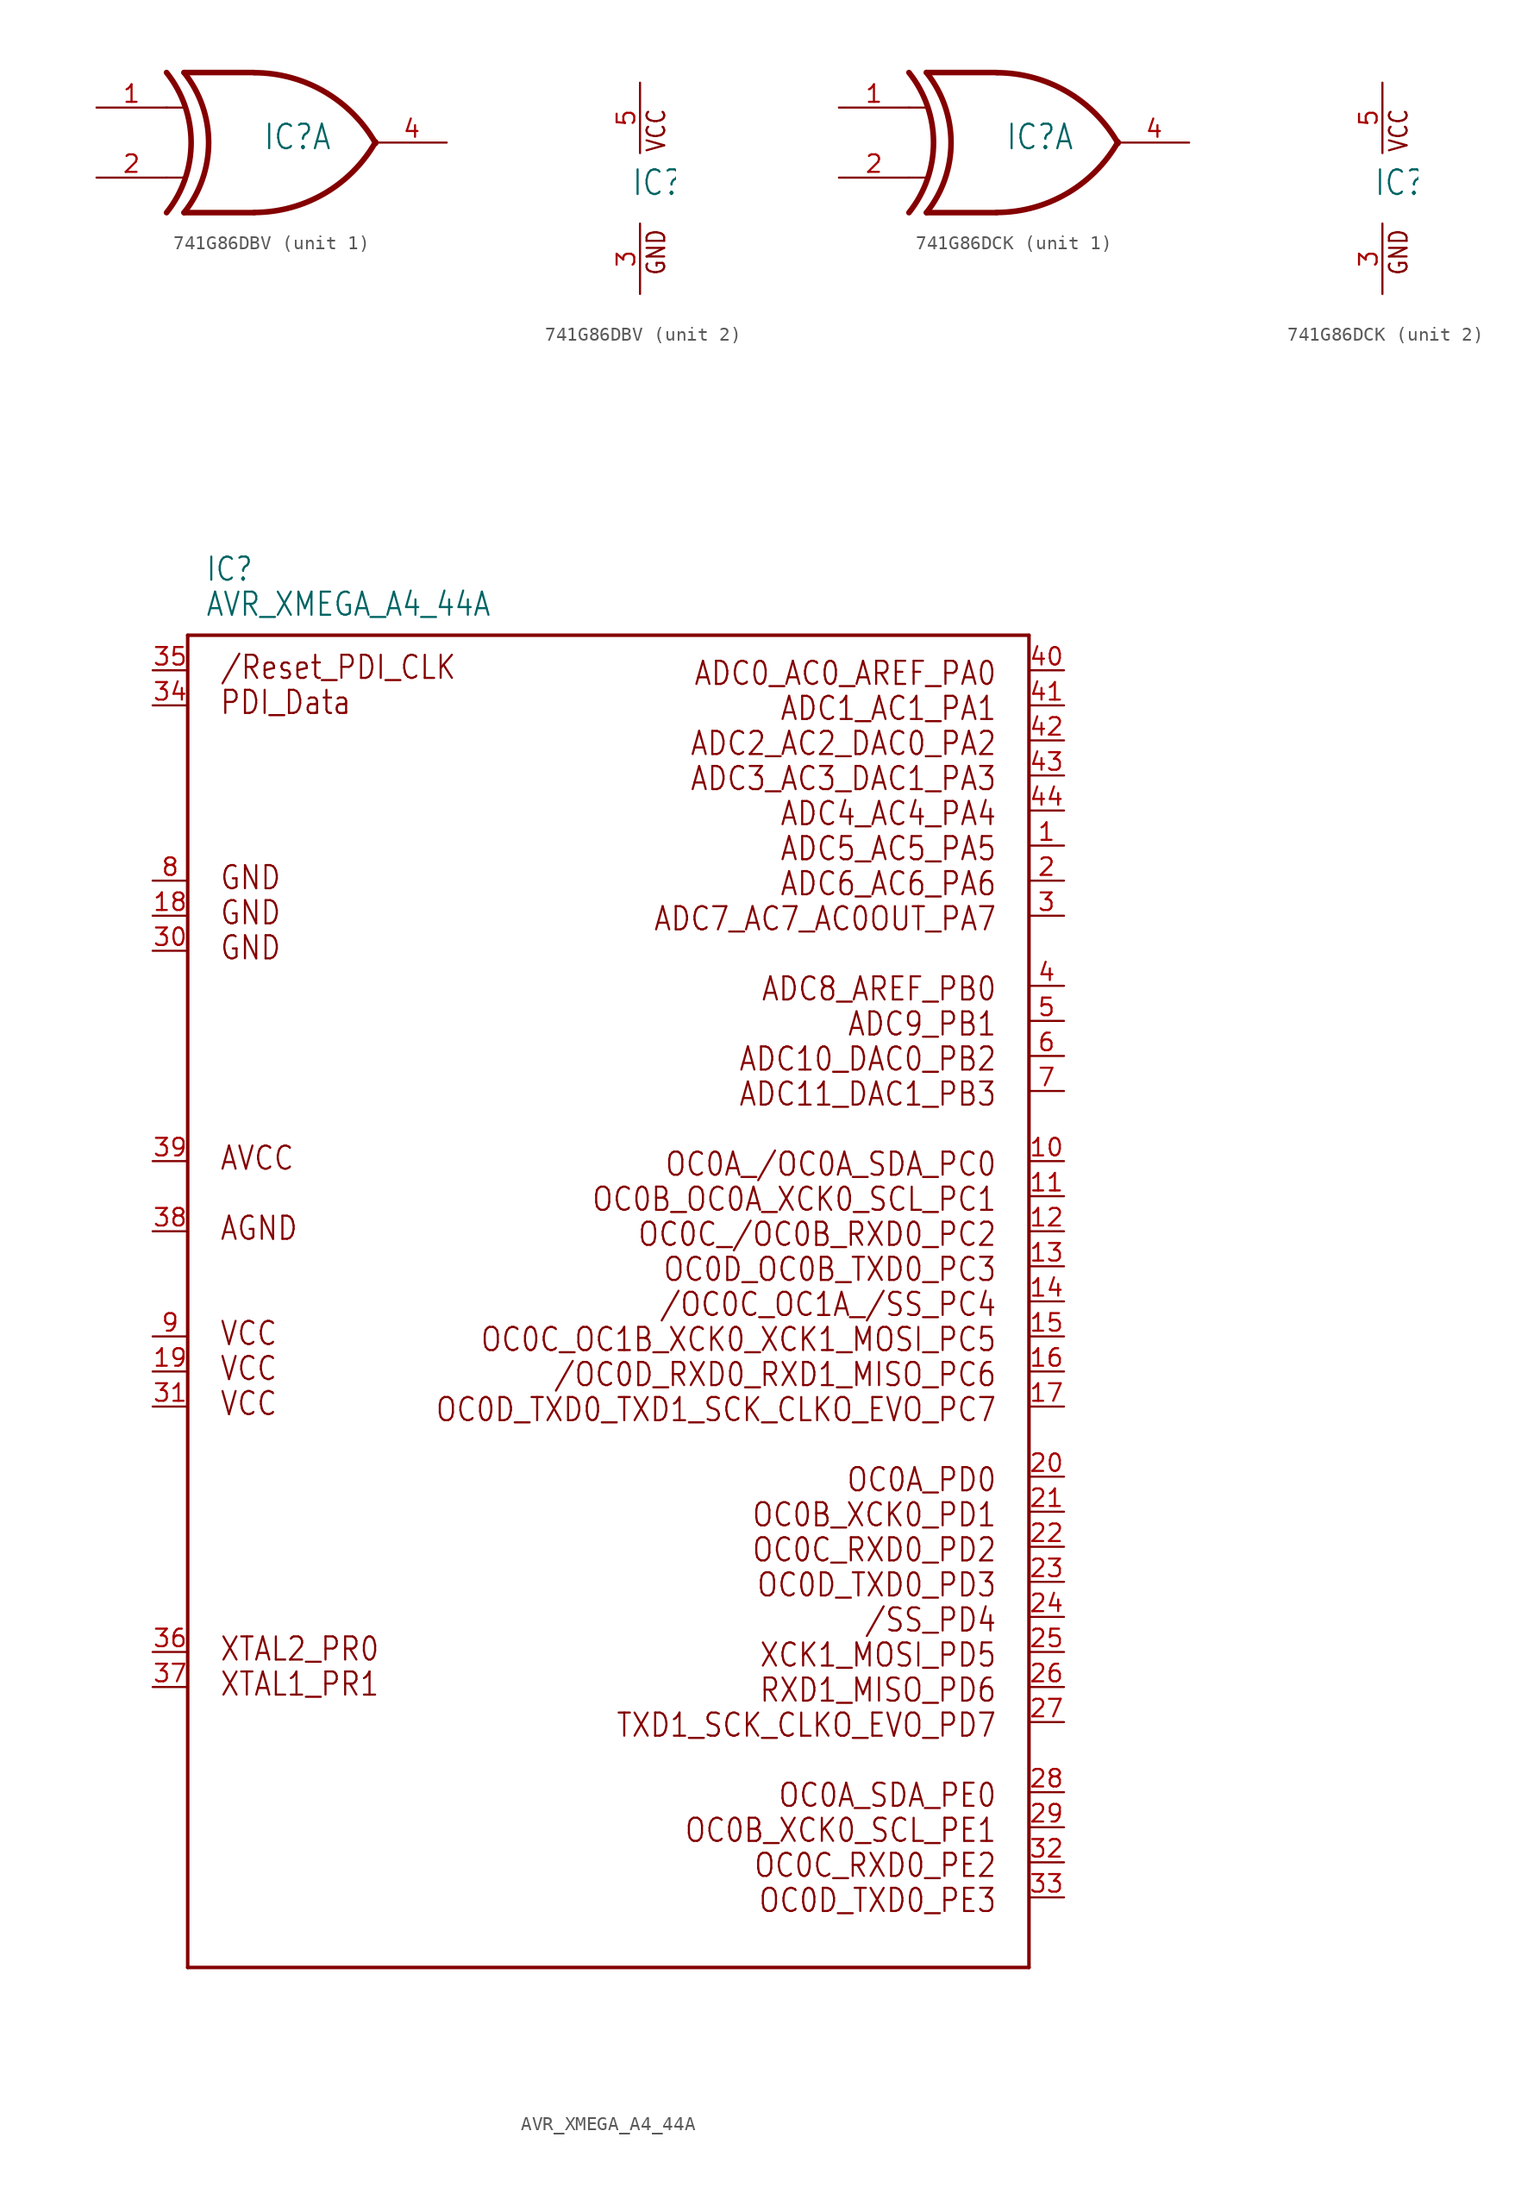
<source format=kicad_sym>
(kicad_symbol_lib
  (version 20211014)
  (generator kicad_symbol_editor)
  (symbol "741G86DBV"
    (property "Reference" "IC"
      (at -0.635 -0.635 0)
      (effects (font (size 1.778 1.511)) (justify left bottom)))
    (property "ki_locked" ""
      (at 0 0 0)
      (effects (font (size 1.27 1.27))))
    (symbol "741G86DBV_1_0"
      (arc (start -7.62 -5.08) (mid -5.838 0) (end -7.62 5.08) (stroke (width 0.4064) (type default) (color 0 0 0 0)) (fill (type none)))
      (arc (start -6.35 -5.08) (mid -4.568 0) (end -6.35 5.08) (stroke (width 0.4064) (type default) (color 0 0 0 0)) (fill (type none)))
      (arc (start -1.2446 -5.0678) (mid 3.8372 -3.689) (end 7.5439 0.0507) (stroke (width 0.4064) (type default) (color 0 0 0 0)) (fill (type none)))
      (polyline (pts (xy -7.62 -2.54) (xy -6.35 -2.54)) (stroke (width 0.152) (type default) (color 0 0 0 0)) (fill (type none)))
      (polyline (pts (xy -7.62 2.54) (xy -6.35 2.54)) (stroke (width 0.152) (type default) (color 0 0 0 0)) (fill (type none)))
      (polyline (pts (xy -1.27 -5.08) (xy -6.35 -5.08)) (stroke (width 0.406) (type default) (color 0 0 0 0)) (fill (type none)))
      (polyline (pts (xy -1.27 5.08) (xy -6.35 5.08)) (stroke (width 0.406) (type default) (color 0 0 0 0)) (fill (type none)))
      (arc (start 7.5442 -0.0505) (mid 3.8373 3.6892) (end -1.2446 5.0678) (stroke (width 0.4064) (type default) (color 0 0 0 0)) (fill (type none)))
      (pin input line (at -12.7 2.54 0) (length 5.08) (name "I0" (effects (font (size 0 0)))) (number "1" (effects (font (size 1.27 1.27)))))
      (pin input line (at -12.7 -2.54 0) (length 5.08) (name "I1" (effects (font (size 0 0)))) (number "2" (effects (font (size 1.27 1.27)))))
      (pin output line (at 12.7 0 180) (length 5.08) (name "O" (effects (font (size 0 0)))) (number "4" (effects (font (size 1.27 1.27))))))
    (symbol "741G86DBV_2_0"
      (text "GND" (at 1.905 -6.35 900) (effects (font (size 1.27 1.079)) (justify left bottom)))
      (text "VCC" (at 1.905 2.54 900) (effects (font (size 1.27 1.079)) (justify left bottom)))
      (pin power_in line (at 0 -7.62 90) (length 5.08) (name "GND" (effects (font (size 0 0)))) (number "3" (effects (font (size 1.27 1.27)))))
      (pin power_in line (at 0 7.62 270) (length 5.08) (name "VCC" (effects (font (size 0 0)))) (number "5" (effects (font (size 1.27 1.27)))))))
  (symbol "741G86DCK"
    (property "Reference" "IC"
      (at -0.635 -0.635 0)
      (effects (font (size 1.778 1.511)) (justify left bottom)))
    (property "ki_locked" ""
      (at 0 0 0)
      (effects (font (size 1.27 1.27))))
    (symbol "741G86DCK_1_0"
      (arc (start -7.62 -5.08) (mid -5.838 0) (end -7.62 5.08) (stroke (width 0.4064) (type default) (color 0 0 0 0)) (fill (type none)))
      (arc (start -6.35 -5.08) (mid -4.568 0) (end -6.35 5.08) (stroke (width 0.4064) (type default) (color 0 0 0 0)) (fill (type none)))
      (arc (start -1.2446 -5.0678) (mid 3.8372 -3.689) (end 7.5439 0.0507) (stroke (width 0.4064) (type default) (color 0 0 0 0)) (fill (type none)))
      (polyline (pts (xy -7.62 -2.54) (xy -6.35 -2.54)) (stroke (width 0.152) (type default) (color 0 0 0 0)) (fill (type none)))
      (polyline (pts (xy -7.62 2.54) (xy -6.35 2.54)) (stroke (width 0.152) (type default) (color 0 0 0 0)) (fill (type none)))
      (polyline (pts (xy -1.27 -5.08) (xy -6.35 -5.08)) (stroke (width 0.406) (type default) (color 0 0 0 0)) (fill (type none)))
      (polyline (pts (xy -1.27 5.08) (xy -6.35 5.08)) (stroke (width 0.406) (type default) (color 0 0 0 0)) (fill (type none)))
      (arc (start 7.5442 -0.0505) (mid 3.8373 3.6892) (end -1.2446 5.0678) (stroke (width 0.4064) (type default) (color 0 0 0 0)) (fill (type none)))
      (pin input line (at -12.7 2.54 0) (length 5.08) (name "I0" (effects (font (size 0 0)))) (number "1" (effects (font (size 1.27 1.27)))))
      (pin input line (at -12.7 -2.54 0) (length 5.08) (name "I1" (effects (font (size 0 0)))) (number "2" (effects (font (size 1.27 1.27)))))
      (pin output line (at 12.7 0 180) (length 5.08) (name "O" (effects (font (size 0 0)))) (number "4" (effects (font (size 1.27 1.27))))))
    (symbol "741G86DCK_2_0"
      (text "GND" (at 1.905 -6.35 900) (effects (font (size 1.27 1.079)) (justify left bottom)))
      (text "VCC" (at 1.905 2.54 900) (effects (font (size 1.27 1.079)) (justify left bottom)))
      (pin power_in line (at 0 -7.62 90) (length 5.08) (name "GND" (effects (font (size 0 0)))) (number "3" (effects (font (size 1.27 1.27)))))
      (pin power_in line (at 0 7.62 270) (length 5.08) (name "VCC" (effects (font (size 0 0)))) (number "5" (effects (font (size 1.27 1.27)))))))
  (symbol "AVR_XMEGA_A4_44A"
    (property "Reference" "IC"
      (at -29.21 52.07 0)
      (effects (font (size 1.676 1.425)) (justify left bottom)))
    (property "Value" "AVR_XMEGA_A4_44A"
      (at -29.21 49.53 0)
      (effects (font (size 1.676 1.425)) (justify left bottom)))
    (property "ki_locked" ""
      (at 0 0 0)
      (effects (font (size 1.27 1.27))))
    (symbol "AVR_XMEGA_A4_44A_1_0"
      (polyline (pts (xy -30.48 -48.26) (xy 30.48 -48.26)) (stroke (width 0.254) (type default) (color 0 0 0 0)) (fill (type none)))
      (polyline (pts (xy -30.48 48.26) (xy -30.48 -48.26)) (stroke (width 0.254) (type default) (color 0 0 0 0)) (fill (type none)))
      (polyline (pts (xy 30.48 -48.26) (xy 30.48 48.26)) (stroke (width 0.254) (type default) (color 0 0 0 0)) (fill (type none)))
      (polyline (pts (xy 30.48 48.26) (xy -30.48 48.26)) (stroke (width 0.254) (type default) (color 0 0 0 0)) (fill (type none)))
      (text "/OC0C_OC1A_/SS_PC4" (at 28.194 0.762 0) (effects (font (size 1.676 1.425)) (justify right top)))
      (text "/OC0D_RXD0_RXD1_MISO_PC6" (at 28.194 -4.318 0) (effects (font (size 1.676 1.425)) (justify right top)))
      (text "/Reset_PDI_CLK" (at -28.194 44.958 0) (effects (font (size 1.676 1.425)) (justify left bottom)))
      (text "/SS_PD4" (at 28.194 -22.098 0) (effects (font (size 1.676 1.425)) (justify right top)))
      (text "ADC0_AC0_AREF_PA0" (at 28.194 46.482 0) (effects (font (size 1.676 1.425)) (justify right top)))
      (text "ADC10_DAC0_PB2" (at 28.194 18.542 0) (effects (font (size 1.676 1.425)) (justify right top)))
      (text "ADC11_DAC1_PB3" (at 28.194 16.002 0) (effects (font (size 1.676 1.425)) (justify right top)))
      (text "ADC1_AC1_PA1" (at 28.194 43.942 0) (effects (font (size 1.676 1.425)) (justify right top)))
      (text "ADC2_AC2_DAC0_PA2" (at 28.194 41.402 0) (effects (font (size 1.676 1.425)) (justify right top)))
      (text "ADC3_AC3_DAC1_PA3" (at 28.194 38.862 0) (effects (font (size 1.676 1.425)) (justify right top)))
      (text "ADC4_AC4_PA4" (at 28.194 36.322 0) (effects (font (size 1.676 1.425)) (justify right top)))
      (text "ADC5_AC5_PA5" (at 28.194 33.782 0) (effects (font (size 1.676 1.425)) (justify right top)))
      (text "ADC6_AC6_PA6" (at 28.194 31.242 0) (effects (font (size 1.676 1.425)) (justify right top)))
      (text "ADC7_AC7_AC0OUT_PA7" (at 28.194 28.702 0) (effects (font (size 1.676 1.425)) (justify right top)))
      (text "ADC8_AREF_PB0" (at 28.194 23.622 0) (effects (font (size 1.676 1.425)) (justify right top)))
      (text "ADC9_PB1" (at 28.194 21.082 0) (effects (font (size 1.676 1.425)) (justify right top)))
      (text "AGND" (at -28.194 4.318 0) (effects (font (size 1.676 1.425)) (justify left bottom)))
      (text "AVCC" (at -28.194 9.398 0) (effects (font (size 1.676 1.425)) (justify left bottom)))
      (text "GND" (at -28.194 24.638 0) (effects (font (size 1.676 1.425)) (justify left bottom)))
      (text "GND" (at -28.194 27.178 0) (effects (font (size 1.676 1.425)) (justify left bottom)))
      (text "GND" (at -28.194 29.718 0) (effects (font (size 1.676 1.425)) (justify left bottom)))
      (text "OC0A_/OC0A_SDA_PC0" (at 28.194 10.922 0) (effects (font (size 1.676 1.425)) (justify right top)))
      (text "OC0A_PD0" (at 28.194 -11.938 0) (effects (font (size 1.676 1.425)) (justify right top)))
      (text "OC0A_SDA_PE0" (at 28.194 -34.798 0) (effects (font (size 1.676 1.425)) (justify right top)))
      (text "OC0B_OC0A_XCK0_SCL_PC1" (at 28.194 8.382 0) (effects (font (size 1.676 1.425)) (justify right top)))
      (text "OC0B_XCK0_PD1" (at 28.194 -14.478 0) (effects (font (size 1.676 1.425)) (justify right top)))
      (text "OC0B_XCK0_SCL_PE1" (at 28.194 -37.338 0) (effects (font (size 1.676 1.425)) (justify right top)))
      (text "OC0C_/OC0B_RXD0_PC2" (at 28.194 5.842 0) (effects (font (size 1.676 1.425)) (justify right top)))
      (text "OC0C_OC1B_XCK0_XCK1_MOSI_PC5" (at 28.194 -1.778 0) (effects (font (size 1.676 1.425)) (justify right top)))
      (text "OC0C_RXD0_PD2" (at 28.194 -17.018 0) (effects (font (size 1.676 1.425)) (justify right top)))
      (text "OC0C_RXD0_PE2" (at 28.194 -39.878 0) (effects (font (size 1.676 1.425)) (justify right top)))
      (text "OC0D_OC0B_TXD0_PC3" (at 28.194 3.302 0) (effects (font (size 1.676 1.425)) (justify right top)))
      (text "OC0D_TXD0_PD3" (at 28.194 -19.558 0) (effects (font (size 1.676 1.425)) (justify right top)))
      (text "OC0D_TXD0_PE3" (at 28.194 -42.418 0) (effects (font (size 1.676 1.425)) (justify right top)))
      (text "OC0D_TXD0_TXD1_SCK_CLKO_EVO_PC7" (at 28.194 -6.858 0) (effects (font (size 1.676 1.425)) (justify right top)))
      (text "PDI_Data" (at -28.194 42.418 0) (effects (font (size 1.676 1.425)) (justify left bottom)))
      (text "RXD1_MISO_PD6" (at 28.194 -27.178 0) (effects (font (size 1.676 1.425)) (justify right top)))
      (text "TXD1_SCK_CLKO_EVO_PD7" (at 28.194 -29.718 0) (effects (font (size 1.676 1.425)) (justify right top)))
      (text "VCC" (at -28.194 -8.382 0) (effects (font (size 1.676 1.425)) (justify left bottom)))
      (text "VCC" (at -28.194 -5.842 0) (effects (font (size 1.676 1.425)) (justify left bottom)))
      (text "VCC" (at -28.194 -3.302 0) (effects (font (size 1.676 1.425)) (justify left bottom)))
      (text "XCK1_MOSI_PD5" (at 28.194 -24.638 0) (effects (font (size 1.676 1.425)) (justify right top)))
      (text "XTAL1_PR1" (at -28.194 -28.702 0) (effects (font (size 1.676 1.425)) (justify left bottom)))
      (text "XTAL2_PR0" (at -28.194 -26.162 0) (effects (font (size 1.676 1.425)) (justify left bottom)))
      (pin bidirectional line (at 33.02 33.02 180) (length 2.54) (name "PA5" (effects (font (size 0 0)))) (number "1" (effects (font (size 1.27 1.27)))))
      (pin bidirectional line (at 33.02 10.16 180) (length 2.54) (name "PC0" (effects (font (size 0 0)))) (number "10" (effects (font (size 1.27 1.27)))))
      (pin bidirectional line (at 33.02 7.62 180) (length 2.54) (name "PC1" (effects (font (size 0 0)))) (number "11" (effects (font (size 1.27 1.27)))))
      (pin bidirectional line (at 33.02 5.08 180) (length 2.54) (name "PC2" (effects (font (size 0 0)))) (number "12" (effects (font (size 1.27 1.27)))))
      (pin bidirectional line (at 33.02 2.54 180) (length 2.54) (name "PC3" (effects (font (size 0 0)))) (number "13" (effects (font (size 1.27 1.27)))))
      (pin bidirectional line (at 33.02 0 180) (length 2.54) (name "PC4" (effects (font (size 0 0)))) (number "14" (effects (font (size 1.27 1.27)))))
      (pin bidirectional line (at 33.02 -2.54 180) (length 2.54) (name "PC5" (effects (font (size 0 0)))) (number "15" (effects (font (size 1.27 1.27)))))
      (pin bidirectional line (at 33.02 -5.08 180) (length 2.54) (name "PC6" (effects (font (size 0 0)))) (number "16" (effects (font (size 1.27 1.27)))))
      (pin bidirectional line (at 33.02 -7.62 180) (length 2.54) (name "PC7" (effects (font (size 0 0)))) (number "17" (effects (font (size 1.27 1.27)))))
      (pin bidirectional line (at -33.02 27.94 0) (length 2.54) (name "GND2" (effects (font (size 0 0)))) (number "18" (effects (font (size 1.27 1.27)))))
      (pin bidirectional line (at -33.02 -5.08 0) (length 2.54) (name "VCC2" (effects (font (size 0 0)))) (number "19" (effects (font (size 1.27 1.27)))))
      (pin bidirectional line (at 33.02 30.48 180) (length 2.54) (name "PA6" (effects (font (size 0 0)))) (number "2" (effects (font (size 1.27 1.27)))))
      (pin bidirectional line (at 33.02 -12.7 180) (length 2.54) (name "PD0" (effects (font (size 0 0)))) (number "20" (effects (font (size 1.27 1.27)))))
      (pin bidirectional line (at 33.02 -15.24 180) (length 2.54) (name "PD1" (effects (font (size 0 0)))) (number "21" (effects (font (size 1.27 1.27)))))
      (pin bidirectional line (at 33.02 -17.78 180) (length 2.54) (name "PD2" (effects (font (size 0 0)))) (number "22" (effects (font (size 1.27 1.27)))))
      (pin bidirectional line (at 33.02 -20.32 180) (length 2.54) (name "PD3" (effects (font (size 0 0)))) (number "23" (effects (font (size 1.27 1.27)))))
      (pin bidirectional line (at 33.02 -22.86 180) (length 2.54) (name "PD4" (effects (font (size 0 0)))) (number "24" (effects (font (size 1.27 1.27)))))
      (pin bidirectional line (at 33.02 -25.4 180) (length 2.54) (name "PD5" (effects (font (size 0 0)))) (number "25" (effects (font (size 1.27 1.27)))))
      (pin bidirectional line (at 33.02 -27.94 180) (length 2.54) (name "PD6" (effects (font (size 0 0)))) (number "26" (effects (font (size 1.27 1.27)))))
      (pin bidirectional line (at 33.02 -30.48 180) (length 2.54) (name "PD7" (effects (font (size 0 0)))) (number "27" (effects (font (size 1.27 1.27)))))
      (pin bidirectional line (at 33.02 -35.56 180) (length 2.54) (name "PE0" (effects (font (size 0 0)))) (number "28" (effects (font (size 1.27 1.27)))))
      (pin bidirectional line (at 33.02 -38.1 180) (length 2.54) (name "PE1" (effects (font (size 0 0)))) (number "29" (effects (font (size 1.27 1.27)))))
      (pin bidirectional line (at 33.02 27.94 180) (length 2.54) (name "PA7" (effects (font (size 0 0)))) (number "3" (effects (font (size 1.27 1.27)))))
      (pin bidirectional line (at -33.02 25.4 0) (length 2.54) (name "GND3" (effects (font (size 0 0)))) (number "30" (effects (font (size 1.27 1.27)))))
      (pin bidirectional line (at -33.02 -7.62 0) (length 2.54) (name "VCC3" (effects (font (size 0 0)))) (number "31" (effects (font (size 1.27 1.27)))))
      (pin bidirectional line (at 33.02 -40.64 180) (length 2.54) (name "PE2" (effects (font (size 0 0)))) (number "32" (effects (font (size 1.27 1.27)))))
      (pin bidirectional line (at 33.02 -43.18 180) (length 2.54) (name "PE3" (effects (font (size 0 0)))) (number "33" (effects (font (size 1.27 1.27)))))
      (pin bidirectional line (at -33.02 43.18 0) (length 2.54) (name "PDI_DATA" (effects (font (size 0 0)))) (number "34" (effects (font (size 1.27 1.27)))))
      (pin bidirectional line (at -33.02 45.72 0) (length 2.54) (name "RESET" (effects (font (size 0 0)))) (number "35" (effects (font (size 1.27 1.27)))))
      (pin bidirectional line (at -33.02 -25.4 0) (length 2.54) (name "PR0" (effects (font (size 0 0)))) (number "36" (effects (font (size 1.27 1.27)))))
      (pin bidirectional line (at -33.02 -27.94 0) (length 2.54) (name "PR1" (effects (font (size 0 0)))) (number "37" (effects (font (size 1.27 1.27)))))
      (pin bidirectional line (at -33.02 5.08 0) (length 2.54) (name "AGND" (effects (font (size 0 0)))) (number "38" (effects (font (size 1.27 1.27)))))
      (pin bidirectional line (at -33.02 10.16 0) (length 2.54) (name "AVCC" (effects (font (size 0 0)))) (number "39" (effects (font (size 1.27 1.27)))))
      (pin bidirectional line (at 33.02 22.86 180) (length 2.54) (name "PB0" (effects (font (size 0 0)))) (number "4" (effects (font (size 1.27 1.27)))))
      (pin bidirectional line (at 33.02 45.72 180) (length 2.54) (name "PA0" (effects (font (size 0 0)))) (number "40" (effects (font (size 1.27 1.27)))))
      (pin bidirectional line (at 33.02 43.18 180) (length 2.54) (name "PA1" (effects (font (size 0 0)))) (number "41" (effects (font (size 1.27 1.27)))))
      (pin bidirectional line (at 33.02 40.64 180) (length 2.54) (name "PA2" (effects (font (size 0 0)))) (number "42" (effects (font (size 1.27 1.27)))))
      (pin bidirectional line (at 33.02 38.1 180) (length 2.54) (name "PA3" (effects (font (size 0 0)))) (number "43" (effects (font (size 1.27 1.27)))))
      (pin bidirectional line (at 33.02 35.56 180) (length 2.54) (name "PA4" (effects (font (size 0 0)))) (number "44" (effects (font (size 1.27 1.27)))))
      (pin bidirectional line (at 33.02 20.32 180) (length 2.54) (name "PB1" (effects (font (size 0 0)))) (number "5" (effects (font (size 1.27 1.27)))))
      (pin bidirectional line (at 33.02 17.78 180) (length 2.54) (name "PB2" (effects (font (size 0 0)))) (number "6" (effects (font (size 1.27 1.27)))))
      (pin bidirectional line (at 33.02 15.24 180) (length 2.54) (name "PB3" (effects (font (size 0 0)))) (number "7" (effects (font (size 1.27 1.27)))))
      (pin bidirectional line (at -33.02 30.48 0) (length 2.54) (name "GND1" (effects (font (size 0 0)))) (number "8" (effects (font (size 1.27 1.27)))))
      (pin bidirectional line (at -33.02 -2.54 0) (length 2.54) (name "VCC1" (effects (font (size 0 0)))) (number "9" (effects (font (size 1.27 1.27))))))))
</source>
